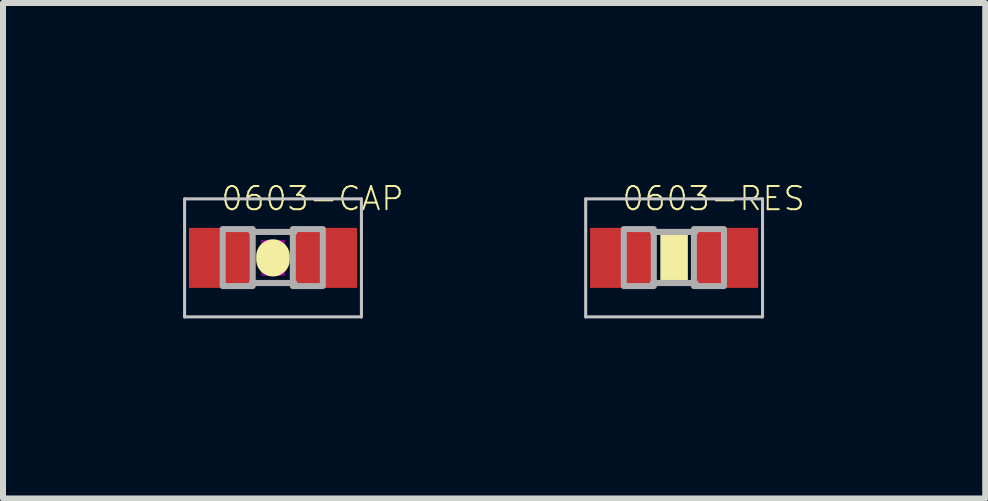
<source format=kicad_pcb>
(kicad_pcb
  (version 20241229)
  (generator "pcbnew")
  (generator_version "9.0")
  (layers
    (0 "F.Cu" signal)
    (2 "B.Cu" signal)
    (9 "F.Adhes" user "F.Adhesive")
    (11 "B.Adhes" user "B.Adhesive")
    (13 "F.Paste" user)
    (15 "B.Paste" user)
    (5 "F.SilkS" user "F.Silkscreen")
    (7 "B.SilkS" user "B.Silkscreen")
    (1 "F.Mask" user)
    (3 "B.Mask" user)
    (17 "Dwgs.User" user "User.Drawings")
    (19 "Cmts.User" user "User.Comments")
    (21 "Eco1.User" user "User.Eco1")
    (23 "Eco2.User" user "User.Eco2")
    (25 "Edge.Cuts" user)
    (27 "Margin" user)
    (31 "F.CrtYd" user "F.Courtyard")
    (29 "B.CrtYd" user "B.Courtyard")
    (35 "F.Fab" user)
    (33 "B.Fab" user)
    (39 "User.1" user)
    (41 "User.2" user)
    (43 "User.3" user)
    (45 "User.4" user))
  (footprint "0603-RES"
    (layer "F.Cu")
    (at 8.18 1.246)
    (property "Reference" "0603-RES" (at -0.889 -0.762 0) (layer "F.SilkS") (effects (font (size 0.386 0.386) (thickness 0.033)) (justify left bottom)))
    (attr through_hole)
    (fp_poly (pts (xy -0.229 0.381) (xy 0.229 0.381) (xy 0.229 -0.381) (xy -0.229 -0.381)) (stroke (width 0) (type solid)) (fill yes) (layer "F.SilkS"))
    (fp_poly (pts (xy -0.2 0.3) (xy 0.2 0.3) (xy 0.2 -0.3) (xy -0.2 -0.3)) (stroke (width 0) (type solid)) (fill yes) (layer "F.Adhes"))
    (fp_line (start -1.473 -0.983) (end 1.473 -0.983) (stroke (width 0.051) (type solid)) (layer "Dwgs.User"))
    (fp_line (start -1.473 0.983) (end -1.473 -0.983) (stroke (width 0.051) (type solid)) (layer "Dwgs.User"))
    (fp_line (start 1.473 -0.983) (end 1.473 0.983) (stroke (width 0.051) (type solid)) (layer "Dwgs.User"))
    (fp_line (start 1.473 0.983) (end -1.473 0.983) (stroke (width 0.051) (type solid)) (layer "Dwgs.User"))
    (fp_line (start -0.356 -0.432) (end 0.356 -0.432) (stroke (width 0.102) (type solid)) (layer "F.Fab"))
    (fp_line (start -0.356 0.419) (end 0.356 0.419) (stroke (width 0.102) (type solid)) (layer "F.Fab"))
    (fp_poly (pts (xy -0.838 0.47) (xy -0.338 0.47) (xy -0.338 -0.48) (xy -0.838 -0.48)) (stroke (width 0.1) (type solid)) (fill no) (layer "F.Fab"))
    (fp_poly (pts (xy 0.33 0.47) (xy 0.83 0.47) (xy 0.83 -0.48) (xy 0.33 -0.48)) (stroke (width 0.1) (type solid)) (fill no) (layer "F.Fab"))
    (pad "1" smd rect (at -0.85 0) (size 1.1 1) (layers "F.Cu" "F.Mask" "F.Paste"))
    (pad "2" smd rect (at 0.85 0) (size 1.1 1) (layers "F.Cu" "F.Mask" "F.Paste")))
  (footprint "0603-CAP"
    (layer "F.Cu")
    (at 1.498 1.246)
    (property "Reference" "0603-CAP" (at -0.889 -0.762 0) (layer "F.SilkS") (effects (font (size 0.386 0.386) (thickness 0.033)) (justify left bottom)))
    (attr through_hole)
    (fp_line (start 0 -0.03) (end 0 0.03) (stroke (width 0.559) (type solid)) (layer "F.SilkS"))
    (fp_poly (pts (xy -0.2 0.3) (xy 0.2 0.3) (xy 0.2 -0.3) (xy -0.2 -0.3)) (stroke (width 0) (type solid)) (fill yes) (layer "F.Adhes"))
    (fp_line (start -1.473 -0.983) (end 1.473 -0.983) (stroke (width 0.051) (type solid)) (layer "Dwgs.User"))
    (fp_line (start -1.473 0.983) (end -1.473 -0.983) (stroke (width 0.051) (type solid)) (layer "Dwgs.User"))
    (fp_line (start 1.473 -0.983) (end 1.473 0.983) (stroke (width 0.051) (type solid)) (layer "Dwgs.User"))
    (fp_line (start 1.473 0.983) (end -1.473 0.983) (stroke (width 0.051) (type solid)) (layer "Dwgs.User"))
    (fp_line (start -0.356 -0.432) (end 0.356 -0.432) (stroke (width 0.102) (type solid)) (layer "F.Fab"))
    (fp_line (start -0.356 0.419) (end 0.356 0.419) (stroke (width 0.102) (type solid)) (layer "F.Fab"))
    (fp_poly (pts (xy -0.838 0.47) (xy -0.338 0.47) (xy -0.338 -0.48) (xy -0.838 -0.48)) (stroke (width 0.1) (type solid)) (fill no) (layer "F.Fab"))
    (fp_poly (pts (xy 0.33 0.47) (xy 0.83 0.47) (xy 0.83 -0.48) (xy 0.33 -0.48)) (stroke (width 0.1) (type solid)) (fill no) (layer "F.Fab"))
    (pad "1" smd rect (at -0.85 0) (size 1.1 1) (layers "F.Cu" "F.Mask" "F.Paste"))
    (pad "2" smd rect (at 0.85 0) (size 1.1 1) (layers "F.Cu" "F.Mask" "F.Paste")))
  (gr_rect
    (start -3 -3)
    (end 13.363 5.254)
    (stroke (width 0.1) (type default))
    (fill no)
    (layer "Edge.Cuts")))
</source>
